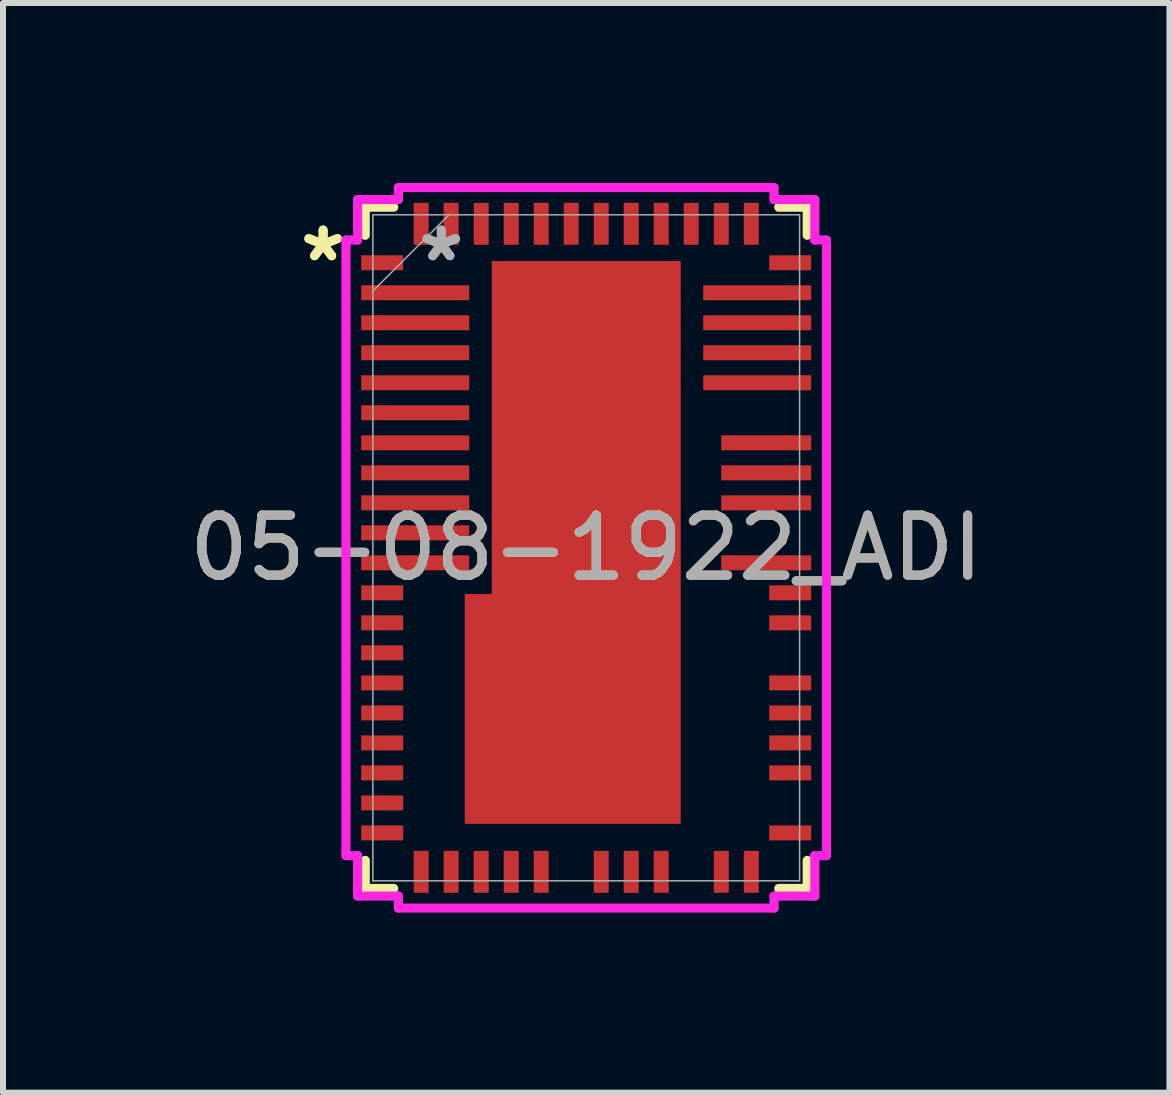
<source format=kicad_pcb>
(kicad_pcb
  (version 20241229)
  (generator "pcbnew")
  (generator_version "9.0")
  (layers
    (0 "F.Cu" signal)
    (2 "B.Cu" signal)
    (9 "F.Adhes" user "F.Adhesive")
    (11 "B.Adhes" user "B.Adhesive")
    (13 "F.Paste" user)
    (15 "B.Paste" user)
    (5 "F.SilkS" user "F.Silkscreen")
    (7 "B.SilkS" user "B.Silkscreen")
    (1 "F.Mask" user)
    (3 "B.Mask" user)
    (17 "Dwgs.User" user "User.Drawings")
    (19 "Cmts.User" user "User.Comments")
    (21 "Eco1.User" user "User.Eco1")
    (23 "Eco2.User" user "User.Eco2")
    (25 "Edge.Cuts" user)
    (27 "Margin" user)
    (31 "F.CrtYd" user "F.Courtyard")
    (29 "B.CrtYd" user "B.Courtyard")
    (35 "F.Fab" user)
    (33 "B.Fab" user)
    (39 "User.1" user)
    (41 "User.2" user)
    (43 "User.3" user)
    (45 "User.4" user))
  (footprint "05-08-1922_ADI"
    (layer "F.Cu")
    (at 6.72 6.08)
    (property "Reference" "05-08-1922_ADI" (at 0 0 0) (unlocked yes) (layer "F.SilkS") (effects (font (size 1 1) (thickness 0.15))))
    (attr smd)
    (fp_poly (pts (xy -1.575 -4.78) (xy -1.575 0.77) (xy -2.025 0.77) (xy -2.025 4.6) (xy 1.575 4.6) (xy 1.575 -4.78)) (stroke (width 0) (type solid)) (fill yes) (layer "F.Cu"))
    (fp_poly (pts (xy -1.575 -4.78) (xy -1.575 0.77) (xy -2.025 0.77) (xy -2.025 4.6) (xy 1.575 4.6) (xy 1.575 -4.78)) (stroke (width 0) (type solid)) (fill yes) (layer "F.Mask"))
    (fp_line (start -3.683 -5.677) (end -3.683 -5.209) (stroke (width 0.152) (type solid)) (layer "F.SilkS"))
    (fp_line (start -3.683 5.209) (end -3.683 5.677) (stroke (width 0.152) (type solid)) (layer "F.SilkS"))
    (fp_line (start -3.683 5.677) (end -3.208 5.677) (stroke (width 0.152) (type solid)) (layer "F.SilkS"))
    (fp_line (start -3.208 -5.677) (end -3.683 -5.677) (stroke (width 0.152) (type solid)) (layer "F.SilkS"))
    (fp_line (start 3.208 5.677) (end 3.683 5.677) (stroke (width 0.152) (type solid)) (layer "F.SilkS"))
    (fp_line (start 3.683 -5.677) (end 3.208 -5.677) (stroke (width 0.152) (type solid)) (layer "F.SilkS"))
    (fp_line (start 3.683 -5.209) (end 3.683 -5.677) (stroke (width 0.152) (type solid)) (layer "F.SilkS"))
    (fp_line (start 3.683 5.677) (end 3.683 5.209) (stroke (width 0.152) (type solid)) (layer "F.SilkS"))
    (fp_poly (pts (xy -1.575 -4.78) (xy -1.575 0.77) (xy -2.025 0.77) (xy -2.025 4.6) (xy 1.575 4.6) (xy 1.575 -4.78)) (stroke (width 0) (type solid)) (fill yes) (layer "F.Paste"))
    (fp_line (start -4.004 -5.13) (end -3.81 -5.13) (stroke (width 0.152) (type solid)) (layer "F.CrtYd"))
    (fp_line (start -4.004 5.13) (end -4.004 -5.13) (stroke (width 0.152) (type solid)) (layer "F.CrtYd"))
    (fp_line (start -3.81 -5.804) (end -3.13 -5.804) (stroke (width 0.152) (type solid)) (layer "F.CrtYd"))
    (fp_line (start -3.81 -5.13) (end -3.81 -5.804) (stroke (width 0.152) (type solid)) (layer "F.CrtYd"))
    (fp_line (start -3.81 5.13) (end -4.004 5.13) (stroke (width 0.152) (type solid)) (layer "F.CrtYd"))
    (fp_line (start -3.81 5.804) (end -3.81 5.13) (stroke (width 0.152) (type solid)) (layer "F.CrtYd"))
    (fp_line (start -3.13 -6.004) (end 3.13 -6.004) (stroke (width 0.152) (type solid)) (layer "F.CrtYd"))
    (fp_line (start -3.13 -5.804) (end -3.13 -6.004) (stroke (width 0.152) (type solid)) (layer "F.CrtYd"))
    (fp_line (start -3.13 5.804) (end -3.81 5.804) (stroke (width 0.152) (type solid)) (layer "F.CrtYd"))
    (fp_line (start -3.13 6.004) (end -3.13 5.804) (stroke (width 0.152) (type solid)) (layer "F.CrtYd"))
    (fp_line (start 3.13 -6.004) (end 3.13 -5.804) (stroke (width 0.152) (type solid)) (layer "F.CrtYd"))
    (fp_line (start 3.13 -5.804) (end 3.81 -5.804) (stroke (width 0.152) (type solid)) (layer "F.CrtYd"))
    (fp_line (start 3.13 5.804) (end 3.13 6.004) (stroke (width 0.152) (type solid)) (layer "F.CrtYd"))
    (fp_line (start 3.13 6.004) (end -3.13 6.004) (stroke (width 0.152) (type solid)) (layer "F.CrtYd"))
    (fp_line (start 3.81 -5.804) (end 3.81 -5.13) (stroke (width 0.152) (type solid)) (layer "F.CrtYd"))
    (fp_line (start 3.81 -5.13) (end 4.004 -5.13) (stroke (width 0.152) (type solid)) (layer "F.CrtYd"))
    (fp_line (start 3.81 5.13) (end 3.81 5.804) (stroke (width 0.152) (type solid)) (layer "F.CrtYd"))
    (fp_line (start 3.81 5.804) (end 3.13 5.804) (stroke (width 0.152) (type solid)) (layer "F.CrtYd"))
    (fp_line (start 4.004 -5.13) (end 4.004 5.13) (stroke (width 0.152) (type solid)) (layer "F.CrtYd"))
    (fp_line (start 4.004 5.13) (end 3.81 5.13) (stroke (width 0.152) (type solid)) (layer "F.CrtYd"))
    (fp_line (start -3.556 -5.55) (end -3.556 5.55) (stroke (width 0.025) (type solid)) (layer "F.Fab"))
    (fp_line (start -3.556 -4.28) (end -2.286 -5.55) (stroke (width 0.025) (type solid)) (layer "F.Fab"))
    (fp_line (start -3.556 5.55) (end 3.556 5.55) (stroke (width 0.025) (type solid)) (layer "F.Fab"))
    (fp_line (start 3.556 -5.55) (end -3.556 -5.55) (stroke (width 0.025) (type solid)) (layer "F.Fab"))
    (fp_line (start 3.556 5.55) (end 3.556 -5.55) (stroke (width 0.025) (type solid)) (layer "F.Fab"))
    (fp_text user "*" (at -4.385 -4.751 0) (unlocked yes) (layer "F.SilkS") (effects (font (size 1 1) (thickness 0.15))))
    (fp_text user "*" (at -4.385 -4.751 0) (layer "F.SilkS") (effects (font (size 1 1) (thickness 0.15))))
    (fp_text user "*" (at -2.415 -4.751 0) (unlocked yes) (layer "F.Fab") (effects (font (size 1 1) (thickness 0.15))))
    (fp_text user "*" (at -2.415 -4.751 0) (layer "F.Fab") (effects (font (size 1 1) (thickness 0.15))))
    (fp_text user "${REFERENCE}" (at 0 0 0) (unlocked yes) (layer "F.Fab") (effects (font (size 1 1) (thickness 0.15))))
    (pad "1" smd rect (at -3.4 -4.751) (size 0.7 0.25) (layers "F.Cu" "F.Mask" "F.Paste"))
    (pad "2" smd rect (at -2.85 -4.251) (size 1.8 0.25) (layers "F.Cu" "F.Mask" "F.Paste"))
    (pad "3" smd rect (at -2.85 -3.751) (size 1.8 0.25) (layers "F.Cu" "F.Mask" "F.Paste"))
    (pad "4" smd rect (at -2.85 -3.251) (size 1.8 0.25) (layers "F.Cu" "F.Mask" "F.Paste"))
    (pad "5" smd rect (at -2.85 -2.751) (size 1.8 0.25) (layers "F.Cu" "F.Mask" "F.Paste"))
    (pad "6" smd rect (at -2.85 -2.251) (size 1.8 0.25) (layers "F.Cu" "F.Mask" "F.Paste"))
    (pad "7" smd rect (at -2.85 -1.75) (size 1.8 0.25) (layers "F.Cu" "F.Mask" "F.Paste"))
    (pad "8" smd rect (at -2.85 -1.25) (size 1.8 0.25) (layers "F.Cu" "F.Mask" "F.Paste"))
    (pad "9" smd rect (at -2.85 -0.75) (size 1.8 0.25) (layers "F.Cu" "F.Mask" "F.Paste"))
    (pad "10" smd rect (at -2.85 -0.25) (size 1.8 0.25) (layers "F.Cu" "F.Mask" "F.Paste"))
    (pad "11" smd rect (at -2.85 0.25) (size 1.8 0.25) (layers "F.Cu" "F.Mask" "F.Paste"))
    (pad "12" smd rect (at -3.4 0.75) (size 0.7 0.25) (layers "F.Cu" "F.Mask" "F.Paste"))
    (pad "13" smd rect (at -3.4 1.25) (size 0.7 0.25) (layers "F.Cu" "F.Mask" "F.Paste"))
    (pad "14" smd rect (at -3.4 1.75) (size 0.7 0.25) (layers "F.Cu" "F.Mask" "F.Paste"))
    (pad "15" smd rect (at -3.4 2.251) (size 0.7 0.25) (layers "F.Cu" "F.Mask" "F.Paste"))
    (pad "16" smd rect (at -3.4 2.751) (size 0.7 0.25) (layers "F.Cu" "F.Mask" "F.Paste"))
    (pad "17" smd rect (at -3.4 3.251) (size 0.7 0.25) (layers "F.Cu" "F.Mask" "F.Paste"))
    (pad "18" smd rect (at -3.4 3.751) (size 0.7 0.25) (layers "F.Cu" "F.Mask" "F.Paste"))
    (pad "19" smd rect (at -3.4 4.251) (size 0.7 0.25) (layers "F.Cu" "F.Mask" "F.Paste"))
    (pad "20" smd rect (at -3.4 4.751) (size 0.7 0.25) (layers "F.Cu" "F.Mask" "F.Paste"))
    (pad "21" smd rect (at -2.751 5.4 90) (size 0.7 0.25) (layers "F.Cu" "F.Mask" "F.Paste"))
    (pad "22" smd rect (at -2.251 5.4 90) (size 0.7 0.25) (layers "F.Cu" "F.Mask" "F.Paste"))
    (pad "23" smd rect (at -1.75 5.4 90) (size 0.7 0.25) (layers "F.Cu" "F.Mask" "F.Paste"))
    (pad "24" smd rect (at -1.25 5.4 90) (size 0.7 0.25) (layers "F.Cu" "F.Mask" "F.Paste"))
    (pad "25" smd rect (at -0.75 5.4 90) (size 0.7 0.25) (layers "F.Cu" "F.Mask" "F.Paste"))
    (pad "27" smd rect (at 0.25 5.4 90) (size 0.7 0.25) (layers "F.Cu" "F.Mask" "F.Paste"))
    (pad "28" smd rect (at 0.75 5.4 90) (size 0.7 0.25) (layers "F.Cu" "F.Mask" "F.Paste"))
    (pad "29" smd rect (at 1.25 5.4 90) (size 0.7 0.25) (layers "F.Cu" "F.Mask" "F.Paste"))
    (pad "31" smd rect (at 2.251 5.4 90) (size 0.7 0.25) (layers "F.Cu" "F.Mask" "F.Paste"))
    (pad "32" smd rect (at 2.751 5.4 90) (size 0.7 0.25) (layers "F.Cu" "F.Mask" "F.Paste"))
    (pad "33" smd rect (at 3.4 4.751) (size 0.7 0.25) (layers "F.Cu" "F.Mask" "F.Paste"))
    (pad "35" smd rect (at 3.4 3.751) (size 0.7 0.25) (layers "F.Cu" "F.Mask" "F.Paste"))
    (pad "36" smd rect (at 3.4 3.251) (size 0.7 0.25) (layers "F.Cu" "F.Mask" "F.Paste"))
    (pad "37" smd rect (at 3.4 2.751) (size 0.7 0.25) (layers "F.Cu" "F.Mask" "F.Paste"))
    (pad "38" smd rect (at 3.4 2.251) (size 0.7 0.25) (layers "F.Cu" "F.Mask" "F.Paste"))
    (pad "40" smd rect (at 3.4 1.25) (size 0.7 0.25) (layers "F.Cu" "F.Mask" "F.Paste"))
    (pad "41" smd rect (at 3.4 0.75) (size 0.7 0.25) (layers "F.Cu" "F.Mask" "F.Paste"))
    (pad "42" smd rect (at 3 0.25) (size 1.5 0.25) (layers "F.Cu" "F.Mask" "F.Paste"))
    (pad "44" smd rect (at 3 -0.75) (size 1.5 0.25) (layers "F.Cu" "F.Mask" "F.Paste"))
    (pad "45" smd rect (at 3 -1.25) (size 1.5 0.25) (layers "F.Cu" "F.Mask" "F.Paste"))
    (pad "46" smd rect (at 3 -1.75) (size 1.5 0.25) (layers "F.Cu" "F.Mask" "F.Paste"))
    (pad "48" smd rect (at 2.85 -2.751) (size 1.8 0.25) (layers "F.Cu" "F.Mask" "F.Paste"))
    (pad "49" smd rect (at 2.85 -3.251) (size 1.8 0.25) (layers "F.Cu" "F.Mask" "F.Paste"))
    (pad "50" smd rect (at 2.85 -3.751) (size 1.8 0.25) (layers "F.Cu" "F.Mask" "F.Paste"))
    (pad "51" smd rect (at 2.85 -4.251) (size 1.8 0.25) (layers "F.Cu" "F.Mask" "F.Paste"))
    (pad "52" smd rect (at 3.4 -4.751) (size 0.7 0.25) (layers "F.Cu" "F.Mask" "F.Paste"))
    (pad "53" smd rect (at 2.751 -5.4 90) (size 0.7 0.25) (layers "F.Cu" "F.Mask" "F.Paste"))
    (pad "54" smd rect (at 2.251 -5.4 90) (size 0.7 0.25) (layers "F.Cu" "F.Mask" "F.Paste"))
    (pad "55" smd rect (at 1.75 -5.4 90) (size 0.7 0.25) (layers "F.Cu" "F.Mask" "F.Paste"))
    (pad "56" smd rect (at 1.25 -5.4 90) (size 0.7 0.25) (layers "F.Cu" "F.Mask" "F.Paste"))
    (pad "57" smd rect (at 0.75 -5.4 90) (size 0.7 0.25) (layers "F.Cu" "F.Mask" "F.Paste"))
    (pad "58" smd rect (at 0.25 -5.4 90) (size 0.7 0.25) (layers "F.Cu" "F.Mask" "F.Paste"))
    (pad "59" smd rect (at -0.25 -5.4 90) (size 0.7 0.25) (layers "F.Cu" "F.Mask" "F.Paste"))
    (pad "60" smd rect (at -0.75 -5.4 90) (size 0.7 0.25) (layers "F.Cu" "F.Mask" "F.Paste"))
    (pad "61" smd rect (at -1.25 -5.4 90) (size 0.7 0.25) (layers "F.Cu" "F.Mask" "F.Paste"))
    (pad "62" smd rect (at -1.75 -5.4 90) (size 0.7 0.25) (layers "F.Cu" "F.Mask" "F.Paste"))
    (pad "63" smd rect (at -2.251 -5.4 90) (size 0.7 0.25) (layers "F.Cu" "F.Mask" "F.Paste"))
    (pad "64" smd rect (at -2.751 -5.4 90) (size 0.7 0.25) (layers "F.Cu" "F.Mask" "F.Paste"))
    (pad "65" smd rect (at 0 0) (size 0.127 0.127) (layers "F.Cu" "F.Mask" "F.Paste")))
  (gr_rect
    (start -3 -3)
    (end 16.44 15.16)
    (stroke (width 0.1) (type default))
    (fill no)
    (layer "Edge.Cuts")))
</source>
